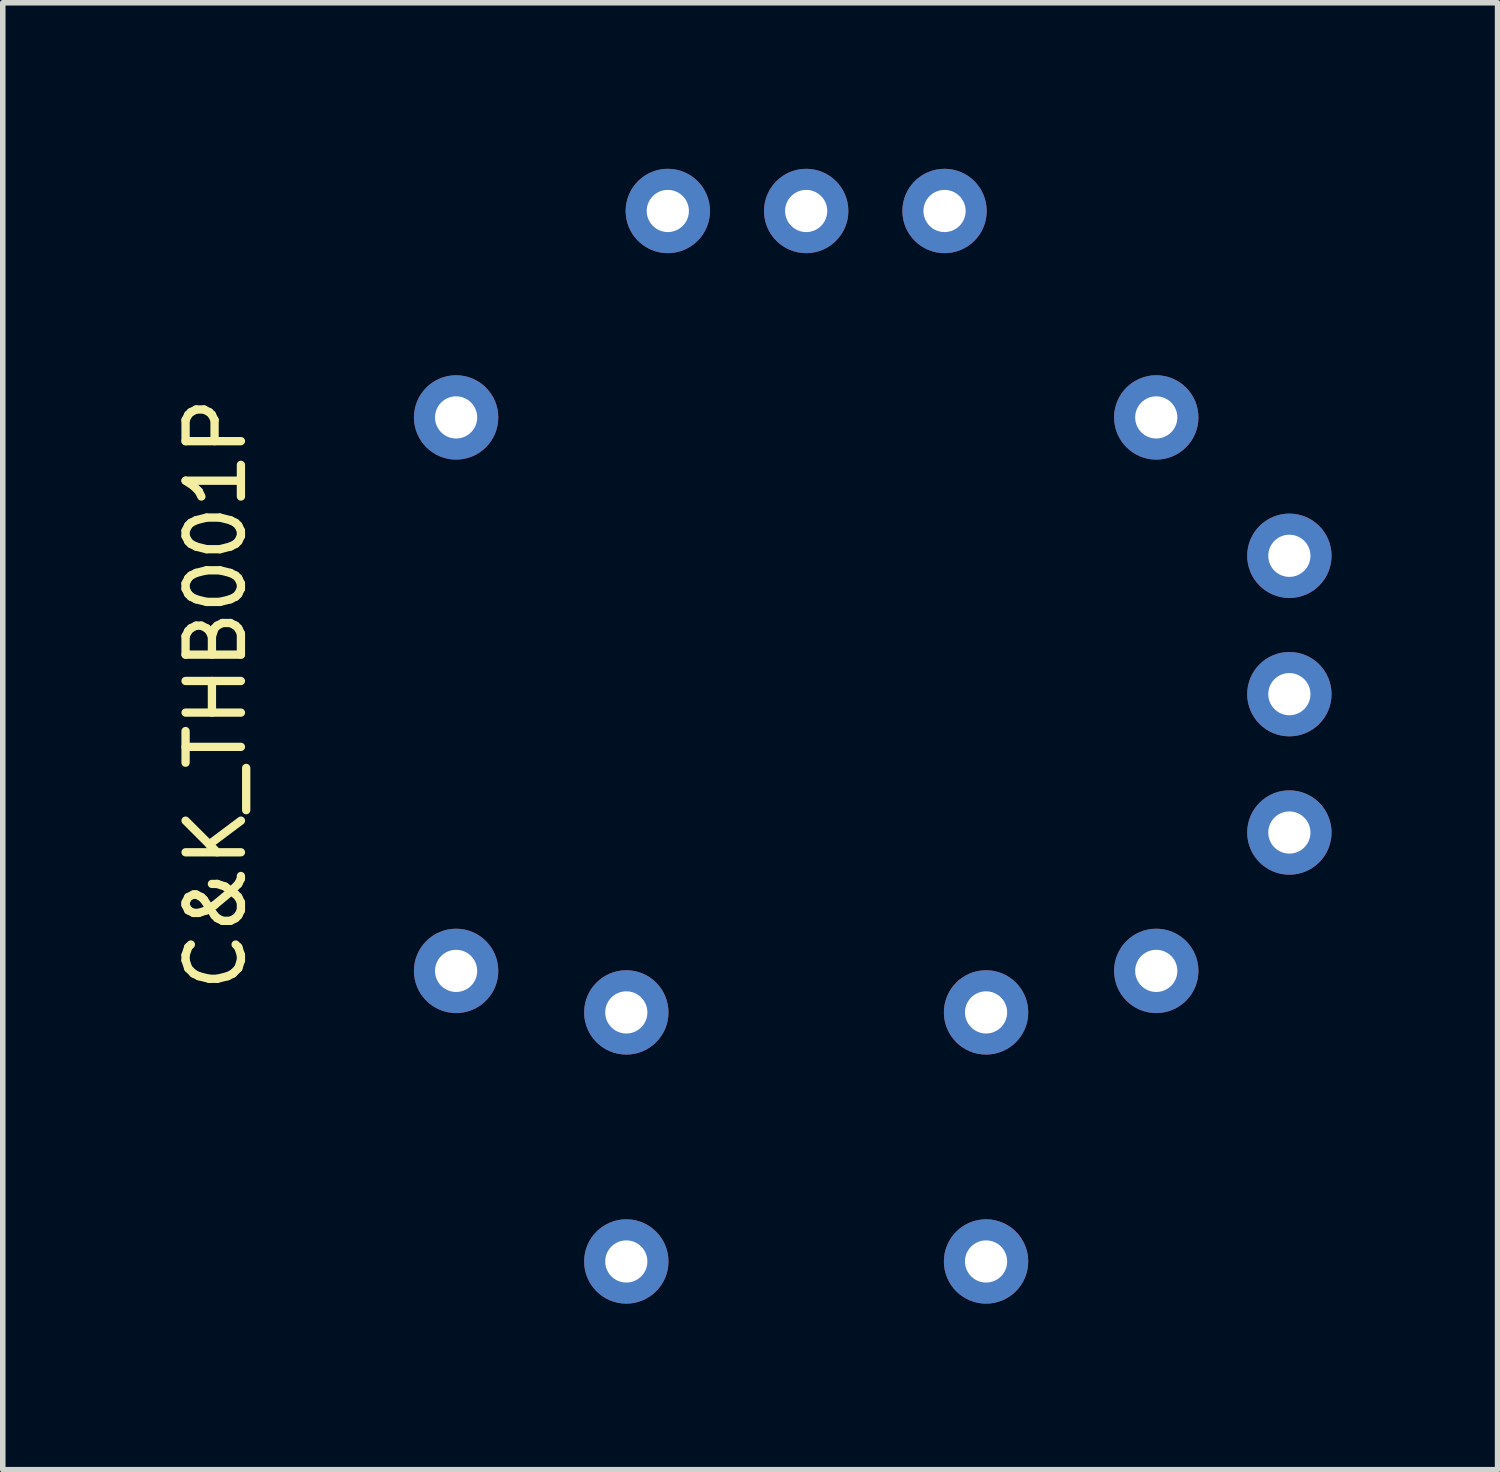
<source format=kicad_pcb>
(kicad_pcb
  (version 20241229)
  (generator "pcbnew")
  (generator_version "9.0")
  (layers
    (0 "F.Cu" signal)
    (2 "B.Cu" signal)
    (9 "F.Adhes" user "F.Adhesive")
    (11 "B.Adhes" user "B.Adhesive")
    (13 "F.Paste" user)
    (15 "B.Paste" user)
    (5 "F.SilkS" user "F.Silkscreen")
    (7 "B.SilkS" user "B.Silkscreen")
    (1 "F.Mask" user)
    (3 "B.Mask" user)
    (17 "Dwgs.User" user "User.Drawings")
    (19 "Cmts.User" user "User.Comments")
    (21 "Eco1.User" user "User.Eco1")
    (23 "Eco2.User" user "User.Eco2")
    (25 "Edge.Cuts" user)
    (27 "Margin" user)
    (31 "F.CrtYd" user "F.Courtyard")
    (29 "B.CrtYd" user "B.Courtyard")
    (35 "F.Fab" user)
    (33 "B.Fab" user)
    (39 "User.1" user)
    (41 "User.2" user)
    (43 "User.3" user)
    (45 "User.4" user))
  (footprint "C&K_THB001P"
    (layer "F.Cu")
    (at 11.516 9.492)
    (property "Reference" "C&K_THB001P" (at -10.668 0 90) (layer "F.SilkS") (effects (font (size 1 1) (thickness 0.15))))
    (attr through_hole)
    (pad "1" thru_hole circle (at 8.73 2.5) (size 1.524 1.524) (drill 0.762) (layers "*.Cu" "*.Mask"))
    (pad "2" thru_hole circle (at 8.73 0) (size 1.524 1.524) (drill 0.762) (layers "*.Cu" "*.Mask"))
    (pad "3" thru_hole circle (at 8.73 -2.5) (size 1.524 1.524) (drill 0.762) (layers "*.Cu" "*.Mask"))
    (pad "4" thru_hole circle (at 2.5 -8.73) (size 1.524 1.524) (drill 0.762) (layers "*.Cu" "*.Mask"))
    (pad "5" thru_hole circle (at 0 -8.73) (size 1.524 1.524) (drill 0.762) (layers "*.Cu" "*.Mask"))
    (pad "6" thru_hole circle (at -2.5 -8.73) (size 1.524 1.524) (drill 0.762) (layers "*.Cu" "*.Mask"))
    (pad "7" thru_hole circle (at 3.25 5.75) (size 1.524 1.524) (drill 0.762) (layers "*.Cu" "*.Mask"))
    (pad "7" thru_hole circle (at 3.25 10.25) (size 1.524 1.524) (drill 0.762) (layers "*.Cu" "*.Mask"))
    (pad "8" thru_hole circle (at -3.25 5.75) (size 1.524 1.524) (drill 0.762) (layers "*.Cu" "*.Mask"))
    (pad "8" thru_hole circle (at -3.25 10.25) (size 1.524 1.524) (drill 0.762) (layers "*.Cu" "*.Mask"))
    (pad "9" thru_hole circle (at -6.325 -5) (size 1.524 1.524) (drill 0.762) (layers "*.Cu" "*.Mask"))
    (pad "9" thru_hole circle (at -6.325 5) (size 1.524 1.524) (drill 0.762) (layers "*.Cu" "*.Mask"))
    (pad "9" thru_hole circle (at 6.325 -5) (size 1.524 1.524) (drill 0.762) (layers "*.Cu" "*.Mask"))
    (pad "9" thru_hole circle (at 6.325 5) (size 1.524 1.524) (drill 0.762) (layers "*.Cu" "*.Mask")))
  (gr_rect
    (start -3 -3)
    (end 24.008 23.504)
    (stroke (width 0.1) (type default))
    (fill no)
    (layer "Edge.Cuts")))
</source>
